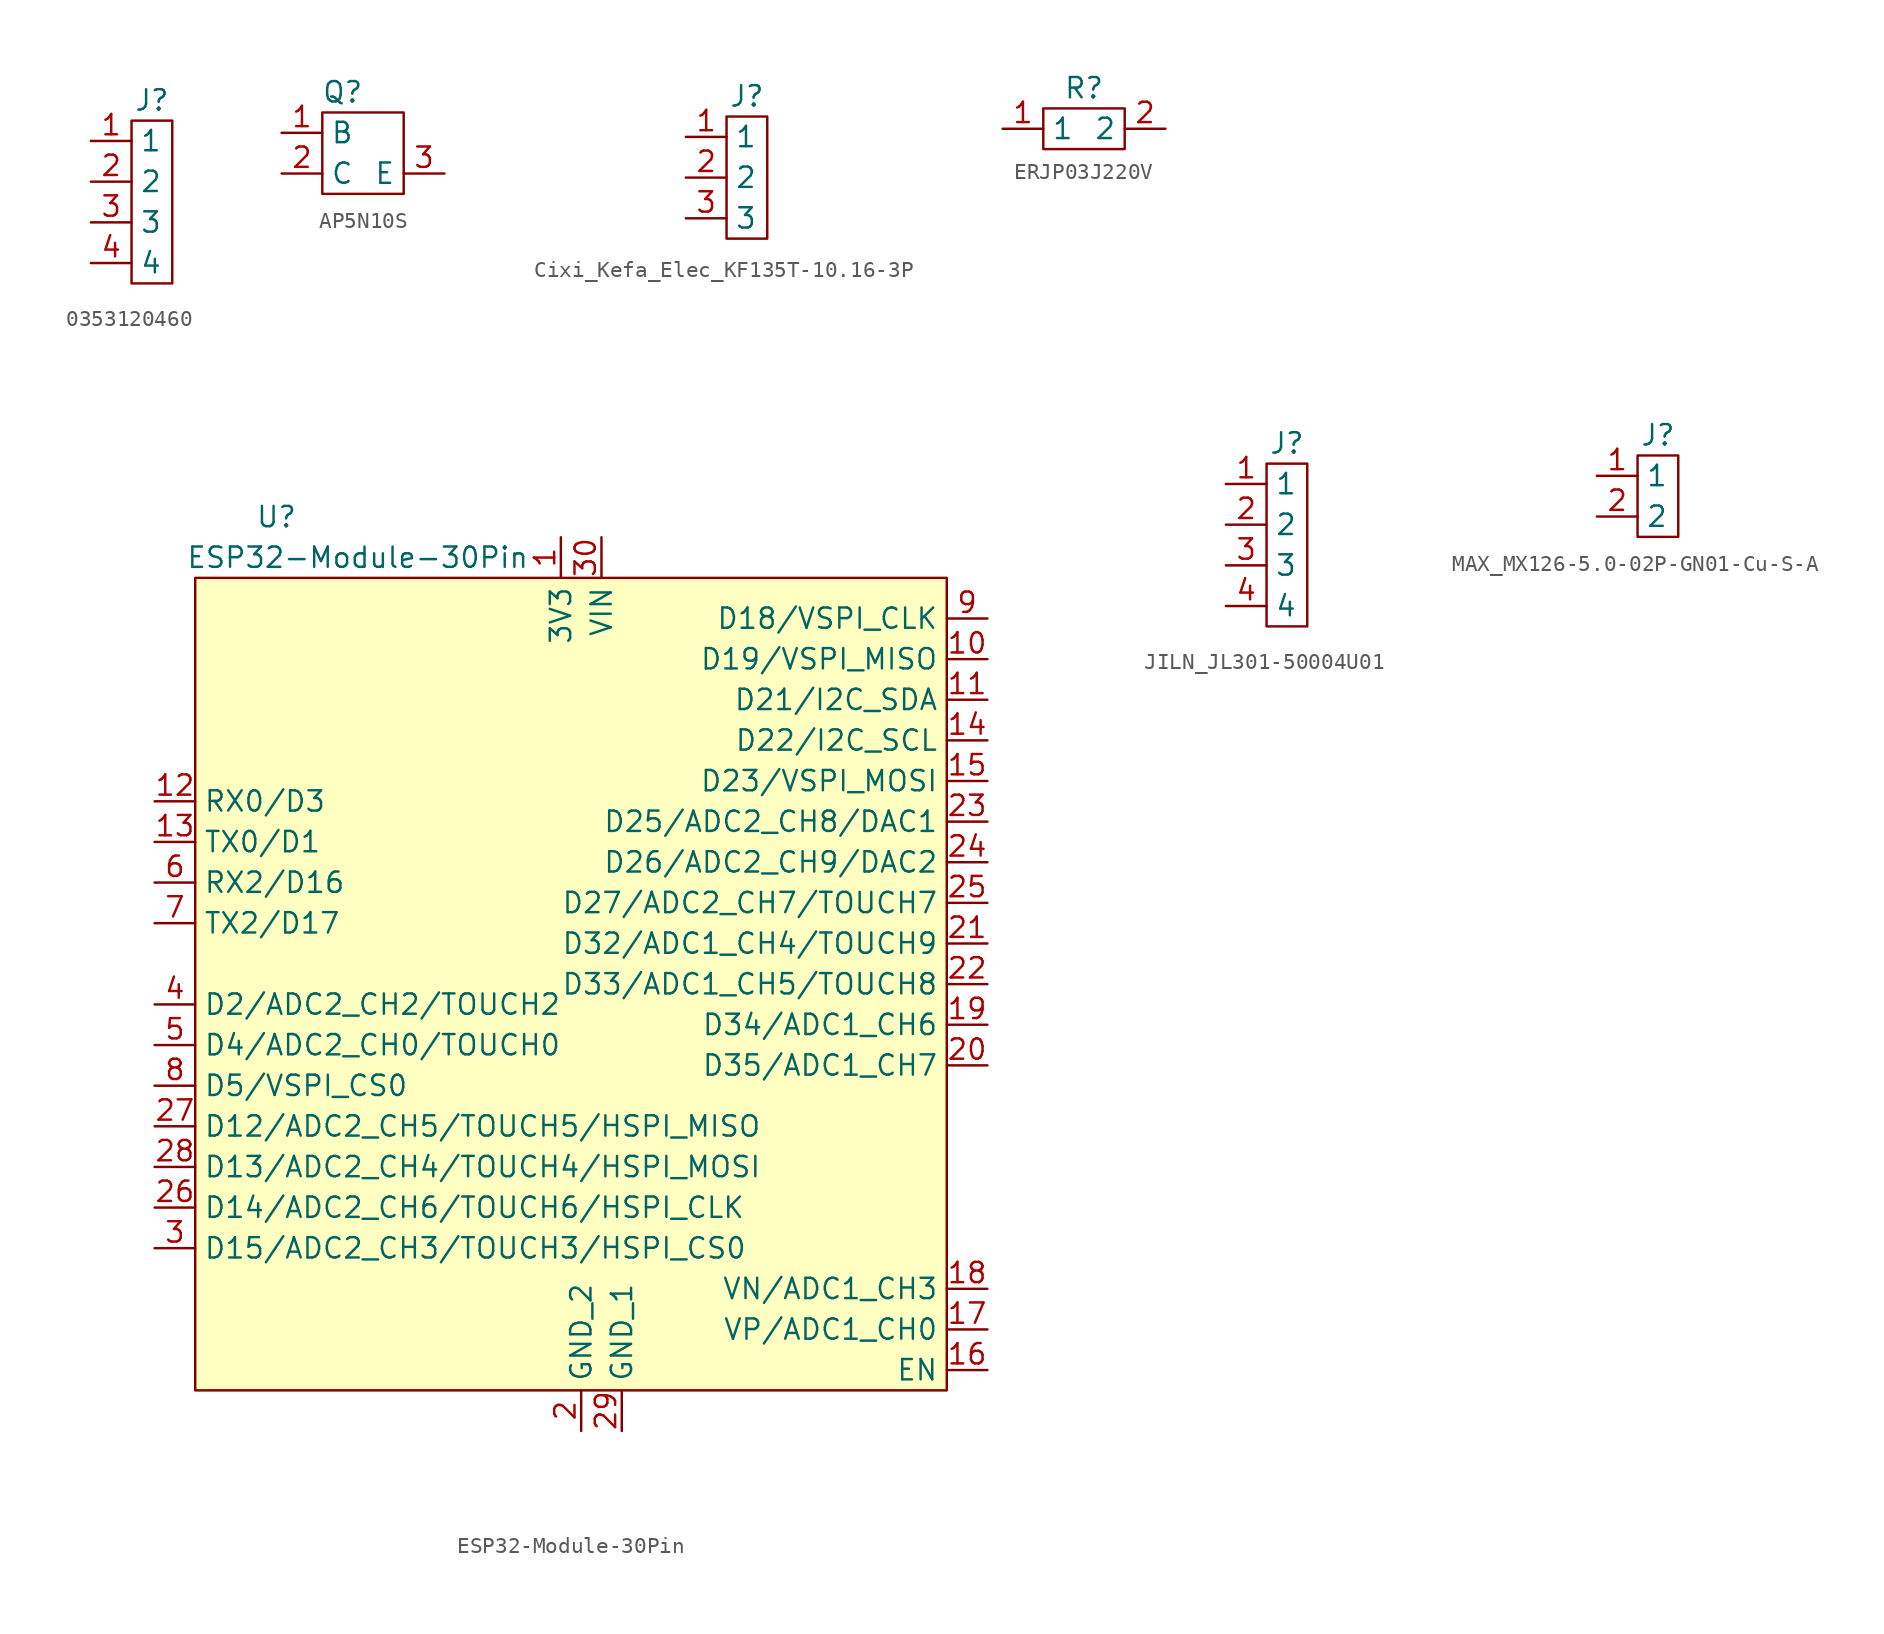
<source format=kicad_sym>
(kicad_symbol_lib
  (version 20220914)
  (generator kicad_symbol_editor)
  (symbol "0353120460"
    (property "Reference" "J"
      (at 1.27 1.27 0)
      (effects (font (size 1.27 1.27))))
    (property "Value" ""
      (at 0 1.27 0)
      (effects (font (size 1.27 1.27))))
    (symbol "0353120460_0_1"
      (rectangle (start 0 0) (end 2.54 -10.16) (stroke (width 0) (type default)) (fill (type none))))
    (symbol "0353120460_1_1"
      (pin input line (at -2.54 -1.27 0) (length 2.54) (name "1" (effects (font (size 1.27 1.27)))) (number "1" (effects (font (size 1.27 1.27)))))
      (pin input line (at -2.54 -3.81 0) (length 2.54) (name "2" (effects (font (size 1.27 1.27)))) (number "2" (effects (font (size 1.27 1.27)))))
      (pin input line (at -2.54 -6.35 0) (length 2.54) (name "3" (effects (font (size 1.27 1.27)))) (number "3" (effects (font (size 1.27 1.27)))))
      (pin input line (at -2.54 -8.89 0) (length 2.54) (name "4" (effects (font (size 1.27 1.27)))) (number "4" (effects (font (size 1.27 1.27)))))))
  (symbol "AP5N10S"
    (property "Reference" "Q"
      (at -1.27 5.08 0)
      (effects (font (size 1.27 1.27))))
    (property "Value" ""
      (at 0 0 0)
      (effects (font (size 1.27 1.27))))
    (symbol "AP5N10S_0_1"
      (rectangle (start -2.54 3.81) (end 2.54 -1.27) (stroke (width 0) (type default)) (fill (type none))))
    (symbol "AP5N10S_1_1"
      (pin input line (at -5.08 2.54 0) (length 2.54) (name "B" (effects (font (size 1.27 1.27)))) (number "1" (effects (font (size 1.27 1.27)))))
      (pin input line (at -5.08 0 0) (length 2.54) (name "C" (effects (font (size 1.27 1.27)))) (number "2" (effects (font (size 1.27 1.27)))))
      (pin output line (at 5.08 0 180) (length 2.54) (name "E" (effects (font (size 1.27 1.27)))) (number "3" (effects (font (size 1.27 1.27)))))))
  (symbol "Cixi_Kefa_Elec_KF135T-10.16-3P"
    (property "Reference" "J"
      (at 0 0 0)
      (effects (font (size 1.27 1.27))))
    (property "Value" ""
      (at 0 0 0)
      (effects (font (size 1.27 1.27))))
    (symbol "Cixi_Kefa_Elec_KF135T-10.16-3P_0_1"
      (rectangle (start -1.27 -1.27) (end 1.27 -8.89) (stroke (width 0) (type default)) (fill (type none))))
    (symbol "Cixi_Kefa_Elec_KF135T-10.16-3P_1_1"
      (pin bidirectional line (at -3.81 -2.54 0) (length 2.54) (name "1" (effects (font (size 1.27 1.27)))) (number "1" (effects (font (size 1.27 1.27)))))
      (pin bidirectional line (at -3.81 -5.08 0) (length 2.54) (name "2" (effects (font (size 1.27 1.27)))) (number "2" (effects (font (size 1.27 1.27)))))
      (pin bidirectional line (at -3.81 -7.62 0) (length 2.54) (name "3" (effects (font (size 1.27 1.27)))) (number "3" (effects (font (size 1.27 1.27)))))))
  (symbol "ERJP03J220V"
    (property "Reference" "R"
      (at 0 1.27 0)
      (effects (font (size 1.27 1.27))))
    (property "Value" ""
      (at 0 0 0)
      (effects (font (size 1.27 1.27))))
    (symbol "ERJP03J220V_0_1"
      (rectangle (start -2.54 0) (end 2.54 -2.54) (stroke (width 0) (type default)) (fill (type none))))
    (symbol "ERJP03J220V_1_1"
      (pin bidirectional line (at -5.08 -1.27 0) (length 2.54) (name "1" (effects (font (size 1.27 1.27)))) (number "1" (effects (font (size 1.27 1.27)))))
      (pin bidirectional line (at 5.08 -1.27 180) (length 2.54) (name "2" (effects (font (size 1.27 1.27)))) (number "2" (effects (font (size 1.27 1.27)))))))
  (symbol "ESP32-Module-30Pin"
    (property "Reference" "U"
      (at -20.32 19.05 0)
      (effects (font (size 1.27 1.27))))
    (property "Value" "ESP32-Module-30Pin"
      (at -15.24 16.51 0)
      (effects (font (size 1.27 1.27))))
    (symbol "ESP32-Module-30Pin_1_1"
      (rectangle (start -25.4 15.24) (end 21.59 -35.56) (stroke (width 0) (type default)) (fill (type background)))
      (pin bidirectional line (at -2.54 17.78 270) (length 2.54) (name "3V3" (effects (font (size 1.27 1.27)))) (number "1" (effects (font (size 1.27 1.27)))))
      (pin bidirectional line (at 24.13 10.16 180) (length 2.54) (name "D19/VSPI_MISO" (effects (font (size 1.27 1.27)))) (number "10" (effects (font (size 1.27 1.27)))))
      (pin bidirectional line (at 24.13 7.62 180) (length 2.54) (name "D21/I2C_SDA" (effects (font (size 1.27 1.27)))) (number "11" (effects (font (size 1.27 1.27)))))
      (pin bidirectional line (at -27.94 1.27 0) (length 2.54) (name "RX0/D3" (effects (font (size 1.27 1.27)))) (number "12" (effects (font (size 1.27 1.27)))))
      (pin bidirectional line (at -27.94 -1.27 0) (length 2.54) (name "TX0/D1" (effects (font (size 1.27 1.27)))) (number "13" (effects (font (size 1.27 1.27)))))
      (pin bidirectional line (at 24.13 5.08 180) (length 2.54) (name "D22/I2C_SCL" (effects (font (size 1.27 1.27)))) (number "14" (effects (font (size 1.27 1.27)))))
      (pin bidirectional line (at 24.13 2.54 180) (length 2.54) (name "D23/VSPI_MOSI" (effects (font (size 1.27 1.27)))) (number "15" (effects (font (size 1.27 1.27)))))
      (pin bidirectional line (at 24.13 -34.29 180) (length 2.54) (name "EN" (effects (font (size 1.27 1.27)))) (number "16" (effects (font (size 1.27 1.27)))))
      (pin bidirectional line (at 24.13 -31.75 180) (length 2.54) (name "VP/ADC1_CH0" (effects (font (size 1.27 1.27)))) (number "17" (effects (font (size 1.27 1.27)))))
      (pin bidirectional line (at 24.13 -29.21 180) (length 2.54) (name "VN/ADC1_CH3" (effects (font (size 1.27 1.27)))) (number "18" (effects (font (size 1.27 1.27)))))
      (pin bidirectional line (at 24.13 -12.7 180) (length 2.54) (name "D34/ADC1_CH6" (effects (font (size 1.27 1.27)))) (number "19" (effects (font (size 1.27 1.27)))))
      (pin power_in line (at -1.27 -38.1 90) (length 2.54) (name "GND_2" (effects (font (size 1.27 1.27)))) (number "2" (effects (font (size 1.27 1.27)))))
      (pin bidirectional line (at 24.13 -15.24 180) (length 2.54) (name "D35/ADC1_CH7" (effects (font (size 1.27 1.27)))) (number "20" (effects (font (size 1.27 1.27)))))
      (pin bidirectional line (at 24.13 -7.62 180) (length 2.54) (name "D32/ADC1_CH4/TOUCH9" (effects (font (size 1.27 1.27)))) (number "21" (effects (font (size 1.27 1.27)))))
      (pin bidirectional line (at 24.13 -10.16 180) (length 2.54) (name "D33/ADC1_CH5/TOUCH8" (effects (font (size 1.27 1.27)))) (number "22" (effects (font (size 1.27 1.27)))))
      (pin bidirectional line (at 24.13 0 180) (length 2.54) (name "D25/ADC2_CH8/DAC1" (effects (font (size 1.27 1.27)))) (number "23" (effects (font (size 1.27 1.27)))))
      (pin bidirectional line (at 24.13 -2.54 180) (length 2.54) (name "D26/ADC2_CH9/DAC2" (effects (font (size 1.27 1.27)))) (number "24" (effects (font (size 1.27 1.27)))))
      (pin bidirectional line (at 24.13 -5.08 180) (length 2.54) (name "D27/ADC2_CH7/TOUCH7" (effects (font (size 1.27 1.27)))) (number "25" (effects (font (size 1.27 1.27)))))
      (pin bidirectional line (at -27.94 -24.13 0) (length 2.54) (name "D14/ADC2_CH6/TOUCH6/HSPI_CLK" (effects (font (size 1.27 1.27)))) (number "26" (effects (font (size 1.27 1.27)))))
      (pin bidirectional line (at -27.94 -19.05 0) (length 2.54) (name "D12/ADC2_CH5/TOUCH5/HSPI_MISO" (effects (font (size 1.27 1.27)))) (number "27" (effects (font (size 1.27 1.27)))))
      (pin bidirectional line (at -27.94 -21.59 0) (length 2.54) (name "D13/ADC2_CH4/TOUCH4/HSPI_MOSI" (effects (font (size 1.27 1.27)))) (number "28" (effects (font (size 1.27 1.27)))))
      (pin power_in line (at 1.27 -38.1 90) (length 2.54) (name "GND_1" (effects (font (size 1.27 1.27)))) (number "29" (effects (font (size 1.27 1.27)))))
      (pin bidirectional line (at -27.94 -26.67 0) (length 2.54) (name "D15/ADC2_CH3/TOUCH3/HSPI_CS0" (effects (font (size 1.27 1.27)))) (number "3" (effects (font (size 1.27 1.27)))))
      (pin power_in line (at 0 17.78 270) (length 2.54) (name "VIN" (effects (font (size 1.27 1.27)))) (number "30" (effects (font (size 1.27 1.27)))))
      (pin bidirectional line (at -27.94 -11.43 0) (length 2.54) (name "D2/ADC2_CH2/TOUCH2" (effects (font (size 1.27 1.27)))) (number "4" (effects (font (size 1.27 1.27)))))
      (pin bidirectional line (at -27.94 -13.97 0) (length 2.54) (name "D4/ADC2_CH0/TOUCH0" (effects (font (size 1.27 1.27)))) (number "5" (effects (font (size 1.27 1.27)))))
      (pin bidirectional line (at -27.94 -3.81 0) (length 2.54) (name "RX2/D16" (effects (font (size 1.27 1.27)))) (number "6" (effects (font (size 1.27 1.27)))))
      (pin bidirectional line (at -27.94 -6.35 0) (length 2.54) (name "TX2/D17" (effects (font (size 1.27 1.27)))) (number "7" (effects (font (size 1.27 1.27)))))
      (pin bidirectional line (at -27.94 -16.51 0) (length 2.54) (name "D5/VSPI_CS0" (effects (font (size 1.27 1.27)))) (number "8" (effects (font (size 1.27 1.27)))))
      (pin bidirectional line (at 24.13 12.7 180) (length 2.54) (name "D18/VSPI_CLK" (effects (font (size 1.27 1.27)))) (number "9" (effects (font (size 1.27 1.27)))))))
  (symbol "JILN_JL301-50004U01"
    (property "Reference" "J"
      (at 0 0 0)
      (effects (font (size 1.27 1.27))))
    (property "Value" ""
      (at 0 0 0)
      (effects (font (size 1.27 1.27))))
    (symbol "JILN_JL301-50004U01_0_1"
      (rectangle (start -1.27 -1.27) (end 1.27 -11.43) (stroke (width 0) (type default)) (fill (type none))))
    (symbol "JILN_JL301-50004U01_1_1"
      (pin bidirectional line (at -3.81 -2.54 0) (length 2.54) (name "1" (effects (font (size 1.27 1.27)))) (number "1" (effects (font (size 1.27 1.27)))))
      (pin bidirectional line (at -3.81 -5.08 0) (length 2.54) (name "2" (effects (font (size 1.27 1.27)))) (number "2" (effects (font (size 1.27 1.27)))))
      (pin bidirectional line (at -3.81 -7.62 0) (length 2.54) (name "3" (effects (font (size 1.27 1.27)))) (number "3" (effects (font (size 1.27 1.27)))))
      (pin bidirectional line (at -3.81 -10.16 0) (length 2.54) (name "4" (effects (font (size 1.27 1.27)))) (number "4" (effects (font (size 1.27 1.27)))))))
  (symbol "MAX_MX126-5.0-02P-GN01-Cu-S-A"
    (property "Reference" "J"
      (at 1.27 0 0)
      (effects (font (size 1.27 1.27))))
    (property "Value" ""
      (at 0 0 0)
      (effects (font (size 1.27 1.27))))
    (symbol "MAX_MX126-5.0-02P-GN01-Cu-S-A_0_1"
      (rectangle (start 0 -1.27) (end 2.54 -6.35) (stroke (width 0) (type default)) (fill (type none))))
    (symbol "MAX_MX126-5.0-02P-GN01-Cu-S-A_1_1"
      (pin bidirectional line (at -2.54 -2.54 0) (length 2.54) (name "1" (effects (font (size 1.27 1.27)))) (number "1" (effects (font (size 1.27 1.27)))))
      (pin bidirectional line (at -2.54 -5.08 0) (length 2.54) (name "2" (effects (font (size 1.27 1.27)))) (number "2" (effects (font (size 1.27 1.27))))))))
</source>
